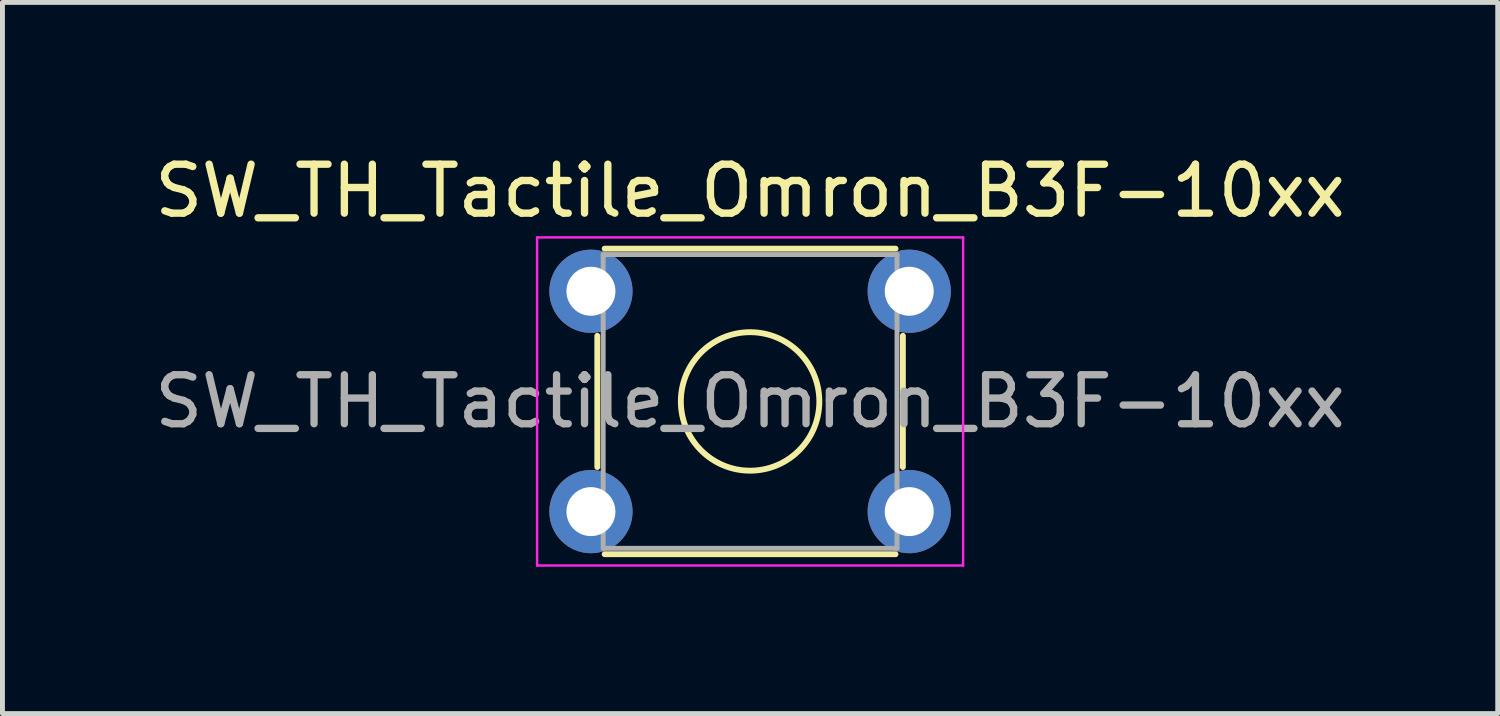
<source format=kicad_pcb>
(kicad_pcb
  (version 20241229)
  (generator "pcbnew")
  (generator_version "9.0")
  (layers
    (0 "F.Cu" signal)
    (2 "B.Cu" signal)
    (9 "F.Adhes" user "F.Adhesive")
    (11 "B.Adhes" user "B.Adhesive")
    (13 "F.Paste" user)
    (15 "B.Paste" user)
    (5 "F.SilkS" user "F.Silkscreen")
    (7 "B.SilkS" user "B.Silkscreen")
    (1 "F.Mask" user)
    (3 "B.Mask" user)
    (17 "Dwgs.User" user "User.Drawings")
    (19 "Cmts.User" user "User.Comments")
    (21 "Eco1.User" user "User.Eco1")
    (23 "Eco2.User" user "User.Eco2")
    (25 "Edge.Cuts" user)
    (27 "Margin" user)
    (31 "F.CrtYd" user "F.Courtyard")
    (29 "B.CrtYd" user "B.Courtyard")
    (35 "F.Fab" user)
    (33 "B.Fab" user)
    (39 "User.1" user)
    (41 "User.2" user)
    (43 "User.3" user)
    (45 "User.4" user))
  (footprint "SW_TH_Tactile_Omron_B3F-10xx"
    (layer "F.Cu")
    (at 9.018 2.898)
    (property "Reference" "SW_TH_Tactile_Omron_B3F-10xx" (at 3.25 -2.05 0) (layer "F.SilkS") (effects (font (size 1 1) (thickness 0.15))))
    (attr through_hole)
    (fp_line (start 0.13 3.59) (end 0.13 0.91) (stroke (width 0.12) (type solid)) (layer "F.SilkS"))
    (fp_line (start 0.28 -0.87) (end 6.22 -0.87) (stroke (width 0.12) (type solid)) (layer "F.SilkS"))
    (fp_line (start 0.28 5.37) (end 6.22 5.37) (stroke (width 0.12) (type solid)) (layer "F.SilkS"))
    (fp_line (start 6.37 0.91) (end 6.37 3.59) (stroke (width 0.12) (type solid)) (layer "F.SilkS"))
    (fp_circle (center 3.25 2.25) (end 4.25 3.25) (stroke (width 0.12) (type solid)) (fill no) (layer "F.SilkS"))
    (fp_line (start -1.1 -1.1) (end -1.1 5.6) (stroke (width 0.05) (type solid)) (layer "F.CrtYd"))
    (fp_line (start -1.1 -1.1) (end 7.6 -1.1) (stroke (width 0.05) (type solid)) (layer "F.CrtYd"))
    (fp_line (start -1.1 5.6) (end 7.6 5.6) (stroke (width 0.05) (type solid)) (layer "F.CrtYd"))
    (fp_line (start 7.6 5.6) (end 7.6 -1.1) (stroke (width 0.05) (type solid)) (layer "F.CrtYd"))
    (fp_line (start 0.25 -0.75) (end 0.25 5.25) (stroke (width 0.1) (type solid)) (layer "F.Fab"))
    (fp_line (start 0.25 -0.75) (end 6.25 -0.75) (stroke (width 0.1) (type solid)) (layer "F.Fab"))
    (fp_line (start 0.25 5.25) (end 6.25 5.25) (stroke (width 0.1) (type solid)) (layer "F.Fab"))
    (fp_line (start 6.25 -0.75) (end 6.25 5.25) (stroke (width 0.1) (type solid)) (layer "F.Fab"))
    (fp_text user "${REFERENCE}" (at 3.25 2.25 0) (layer "F.Fab") (effects (font (size 1 1) (thickness 0.15))))
    (pad "1" thru_hole circle (at 0 0) (size 1.7 1.7) (drill 1) (layers "*.Cu" "*.Mask"))
    (pad "2" thru_hole circle (at 6.5 0) (size 1.7 1.7) (drill 1) (layers "*.Cu" "*.Mask"))
    (pad "3" thru_hole circle (at 0 4.5) (size 1.7 1.7) (drill 1) (layers "*.Cu" "*.Mask"))
    (pad "4" thru_hole circle (at 6.5 4.5) (size 1.7 1.7) (drill 1) (layers "*.Cu" "*.Mask")))
  (gr_rect
    (start -3 -3)
    (end 27.536 11.523)
    (stroke (width 0.1) (type default))
    (fill no)
    (layer "Edge.Cuts")))
</source>
